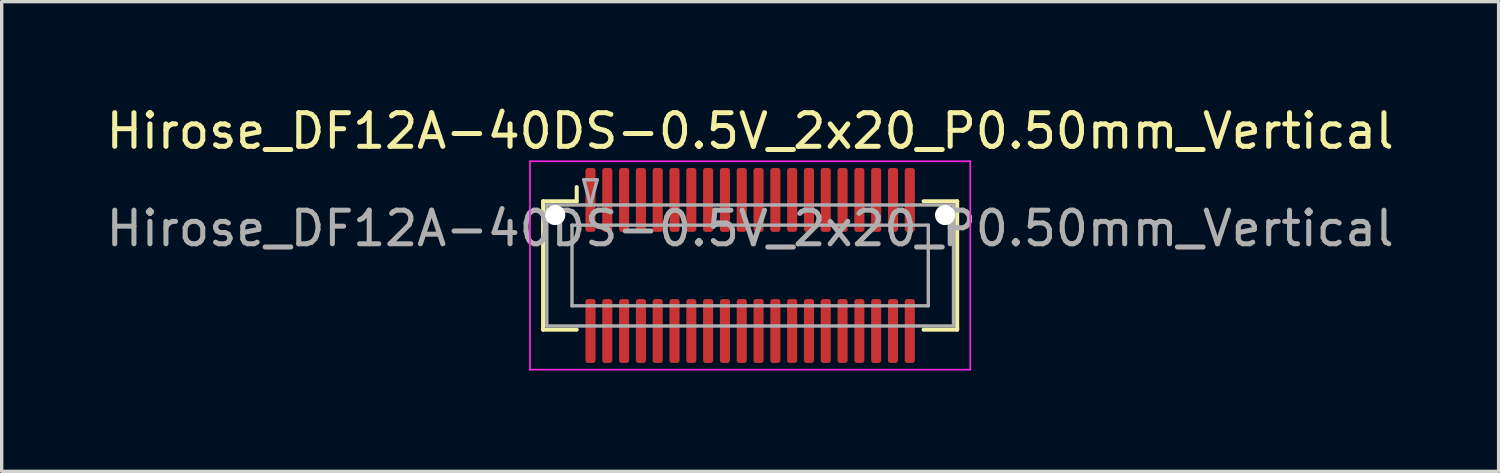
<source format=kicad_pcb>
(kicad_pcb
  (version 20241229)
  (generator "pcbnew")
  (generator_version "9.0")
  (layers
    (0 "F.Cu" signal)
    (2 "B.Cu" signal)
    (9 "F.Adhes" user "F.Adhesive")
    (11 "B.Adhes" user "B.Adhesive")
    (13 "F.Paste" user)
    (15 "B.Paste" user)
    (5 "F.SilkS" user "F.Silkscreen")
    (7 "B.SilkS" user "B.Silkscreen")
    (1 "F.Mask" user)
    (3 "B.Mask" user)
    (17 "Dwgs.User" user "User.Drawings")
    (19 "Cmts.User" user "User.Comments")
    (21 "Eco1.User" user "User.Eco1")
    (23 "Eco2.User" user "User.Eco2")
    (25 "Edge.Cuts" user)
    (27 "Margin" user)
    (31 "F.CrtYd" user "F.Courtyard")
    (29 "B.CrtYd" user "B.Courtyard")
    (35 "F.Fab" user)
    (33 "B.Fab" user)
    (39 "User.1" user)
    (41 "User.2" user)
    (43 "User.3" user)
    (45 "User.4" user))
  (footprint "Hirose_DF12A-40DS-0.5V_2x20_P0.50mm_Vertical"
    (layer "F.Cu")
    (at 19.268 4.848)
    (property "Reference" "Hirose_DF12A-40DS-0.5V_2x20_P0.50mm_Vertical" (at 0 -4 0) (layer "F.SilkS") (effects (font (size 1 1) (thickness 0.15))))
    (attr smd)
    (fp_line (start -6.16 -1.91) (end -5.16 -1.91) (stroke (width 0.12) (type solid)) (layer "F.SilkS"))
    (fp_line (start -6.16 1.91) (end -6.16 -1.91) (stroke (width 0.12) (type solid)) (layer "F.SilkS"))
    (fp_line (start -5.16 -1.91) (end -5.16 -2.333) (stroke (width 0.12) (type solid)) (layer "F.SilkS"))
    (fp_line (start -5.16 1.91) (end -6.16 1.91) (stroke (width 0.12) (type solid)) (layer "F.SilkS"))
    (fp_line (start 5.16 1.91) (end 6.16 1.91) (stroke (width 0.12) (type solid)) (layer "F.SilkS"))
    (fp_line (start 6.16 -1.91) (end 5.16 -1.91) (stroke (width 0.12) (type solid)) (layer "F.SilkS"))
    (fp_line (start 6.16 1.91) (end 6.16 -1.91) (stroke (width 0.12) (type solid)) (layer "F.SilkS"))
    (fp_line (start -6.55 -3.1) (end -6.55 3.1) (stroke (width 0.05) (type solid)) (layer "F.CrtYd"))
    (fp_line (start -6.55 3.1) (end 6.55 3.1) (stroke (width 0.05) (type solid)) (layer "F.CrtYd"))
    (fp_line (start 6.55 -3.1) (end -6.55 -3.1) (stroke (width 0.05) (type solid)) (layer "F.CrtYd"))
    (fp_line (start 6.55 3.1) (end 6.55 -3.1) (stroke (width 0.05) (type solid)) (layer "F.CrtYd"))
    (fp_line (start -6.05 -1.8) (end 6.05 -1.8) (stroke (width 0.1) (type solid)) (layer "F.Fab"))
    (fp_line (start -6.05 1.8) (end -6.05 -1.8) (stroke (width 0.1) (type solid)) (layer "F.Fab"))
    (fp_line (start -5.3 -1.2) (end 5.3 -1.2) (stroke (width 0.1) (type solid)) (layer "F.Fab"))
    (fp_line (start -5.3 1.2) (end -5.3 -1.2) (stroke (width 0.1) (type solid)) (layer "F.Fab"))
    (fp_line (start -4.95 -2.55) (end -4.75 -1.8) (stroke (width 0.1) (type solid)) (layer "F.Fab"))
    (fp_line (start -4.75 -1.8) (end -4.55 -2.55) (stroke (width 0.1) (type solid)) (layer "F.Fab"))
    (fp_line (start -4.55 -2.55) (end -4.95 -2.55) (stroke (width 0.1) (type solid)) (layer "F.Fab"))
    (fp_line (start 5.3 -1.2) (end 5.3 1.2) (stroke (width 0.1) (type solid)) (layer "F.Fab"))
    (fp_line (start 5.3 1.2) (end -5.3 1.2) (stroke (width 0.1) (type solid)) (layer "F.Fab"))
    (fp_line (start 6.05 -1.8) (end 6.05 1.8) (stroke (width 0.1) (type solid)) (layer "F.Fab"))
    (fp_line (start 6.05 1.8) (end -6.05 1.8) (stroke (width 0.1) (type solid)) (layer "F.Fab"))
    (fp_text user "${REFERENCE}" (at 0 -1.1 0) (layer "F.Fab") (effects (font (size 1 1) (thickness 0.15))))
    (pad "" np_thru_hole circle (at -5.8 -1.5) (size 0.6 0.6) (drill 0.6) (layers "*.Cu" "*.Mask"))
    (pad "" smd rect (at -4.75 -2) (size 0.28 1.2) (layers "F.Paste"))
    (pad "" smd rect (at -4.75 2) (size 0.28 1.2) (layers "F.Paste"))
    (pad "" smd rect (at -4.25 -2) (size 0.28 1.2) (layers "F.Paste"))
    (pad "" smd rect (at -4.25 2) (size 0.28 1.2) (layers "F.Paste"))
    (pad "" smd rect (at -3.75 -2) (size 0.28 1.2) (layers "F.Paste"))
    (pad "" smd rect (at -3.75 2) (size 0.28 1.2) (layers "F.Paste"))
    (pad "" smd rect (at -3.25 -2) (size 0.28 1.2) (layers "F.Paste"))
    (pad "" smd rect (at -3.25 2) (size 0.28 1.2) (layers "F.Paste"))
    (pad "" smd rect (at -2.75 -2) (size 0.28 1.2) (layers "F.Paste"))
    (pad "" smd rect (at -2.75 2) (size 0.28 1.2) (layers "F.Paste"))
    (pad "" smd rect (at -2.25 -2) (size 0.28 1.2) (layers "F.Paste"))
    (pad "" smd rect (at -2.25 2) (size 0.28 1.2) (layers "F.Paste"))
    (pad "" smd rect (at -1.75 -2) (size 0.28 1.2) (layers "F.Paste"))
    (pad "" smd rect (at -1.75 2) (size 0.28 1.2) (layers "F.Paste"))
    (pad "" smd rect (at -1.25 -2) (size 0.28 1.2) (layers "F.Paste"))
    (pad "" smd rect (at -1.25 2) (size 0.28 1.2) (layers "F.Paste"))
    (pad "" smd rect (at -0.75 -2) (size 0.28 1.2) (layers "F.Paste"))
    (pad "" smd rect (at -0.75 2) (size 0.28 1.2) (layers "F.Paste"))
    (pad "" smd rect (at -0.25 -2) (size 0.28 1.2) (layers "F.Paste"))
    (pad "" smd rect (at -0.25 2) (size 0.28 1.2) (layers "F.Paste"))
    (pad "" smd rect (at 0.25 -2) (size 0.28 1.2) (layers "F.Paste"))
    (pad "" smd rect (at 0.25 2) (size 0.28 1.2) (layers "F.Paste"))
    (pad "" smd rect (at 0.75 -2) (size 0.28 1.2) (layers "F.Paste"))
    (pad "" smd rect (at 0.75 2) (size 0.28 1.2) (layers "F.Paste"))
    (pad "" smd rect (at 1.25 -2) (size 0.28 1.2) (layers "F.Paste"))
    (pad "" smd rect (at 1.25 2) (size 0.28 1.2) (layers "F.Paste"))
    (pad "" smd rect (at 1.75 -2) (size 0.28 1.2) (layers "F.Paste"))
    (pad "" smd rect (at 1.75 2) (size 0.28 1.2) (layers "F.Paste"))
    (pad "" smd rect (at 2.25 -2) (size 0.28 1.2) (layers "F.Paste"))
    (pad "" smd rect (at 2.25 2) (size 0.28 1.2) (layers "F.Paste"))
    (pad "" smd rect (at 2.75 -2) (size 0.28 1.2) (layers "F.Paste"))
    (pad "" smd rect (at 2.75 2) (size 0.28 1.2) (layers "F.Paste"))
    (pad "" smd rect (at 3.25 -2) (size 0.28 1.2) (layers "F.Paste"))
    (pad "" smd rect (at 3.25 2) (size 0.28 1.2) (layers "F.Paste"))
    (pad "" smd rect (at 3.75 -2) (size 0.28 1.2) (layers "F.Paste"))
    (pad "" smd rect (at 3.75 2) (size 0.28 1.2) (layers "F.Paste"))
    (pad "" smd rect (at 4.25 -2) (size 0.28 1.2) (layers "F.Paste"))
    (pad "" smd rect (at 4.25 2) (size 0.28 1.2) (layers "F.Paste"))
    (pad "" smd rect (at 4.75 -2) (size 0.28 1.2) (layers "F.Paste"))
    (pad "" smd rect (at 4.75 2) (size 0.28 1.2) (layers "F.Paste"))
    (pad "" np_thru_hole circle (at 5.8 -1.5) (size 0.6 0.6) (drill 0.6) (layers "*.Cu" "*.Mask"))
    (pad "1" smd roundrect (at -4.75 1.95) (size 0.3 1.9) (layers "F.Cu" "F.Mask") (roundrect_rratio 0.25))
    (pad "2" smd roundrect (at -4.75 -1.95) (size 0.3 1.9) (layers "F.Cu" "F.Mask") (roundrect_rratio 0.25))
    (pad "3" smd roundrect (at -4.25 1.95) (size 0.3 1.9) (layers "F.Cu" "F.Mask") (roundrect_rratio 0.25))
    (pad "4" smd roundrect (at -4.25 -1.95) (size 0.3 1.9) (layers "F.Cu" "F.Mask") (roundrect_rratio 0.25))
    (pad "5" smd roundrect (at -3.75 1.95) (size 0.3 1.9) (layers "F.Cu" "F.Mask") (roundrect_rratio 0.25))
    (pad "6" smd roundrect (at -3.75 -1.95) (size 0.3 1.9) (layers "F.Cu" "F.Mask") (roundrect_rratio 0.25))
    (pad "7" smd roundrect (at -3.25 1.95) (size 0.3 1.9) (layers "F.Cu" "F.Mask") (roundrect_rratio 0.25))
    (pad "8" smd roundrect (at -3.25 -1.95) (size 0.3 1.9) (layers "F.Cu" "F.Mask") (roundrect_rratio 0.25))
    (pad "9" smd roundrect (at -2.75 1.95) (size 0.3 1.9) (layers "F.Cu" "F.Mask") (roundrect_rratio 0.25))
    (pad "10" smd roundrect (at -2.75 -1.95) (size 0.3 1.9) (layers "F.Cu" "F.Mask") (roundrect_rratio 0.25))
    (pad "11" smd roundrect (at -2.25 1.95) (size 0.3 1.9) (layers "F.Cu" "F.Mask") (roundrect_rratio 0.25))
    (pad "12" smd roundrect (at -2.25 -1.95) (size 0.3 1.9) (layers "F.Cu" "F.Mask") (roundrect_rratio 0.25))
    (pad "13" smd roundrect (at -1.75 1.95) (size 0.3 1.9) (layers "F.Cu" "F.Mask") (roundrect_rratio 0.25))
    (pad "14" smd roundrect (at -1.75 -1.95) (size 0.3 1.9) (layers "F.Cu" "F.Mask") (roundrect_rratio 0.25))
    (pad "15" smd roundrect (at -1.25 1.95) (size 0.3 1.9) (layers "F.Cu" "F.Mask") (roundrect_rratio 0.25))
    (pad "16" smd roundrect (at -1.25 -1.95) (size 0.3 1.9) (layers "F.Cu" "F.Mask") (roundrect_rratio 0.25))
    (pad "17" smd roundrect (at -0.75 1.95) (size 0.3 1.9) (layers "F.Cu" "F.Mask") (roundrect_rratio 0.25))
    (pad "18" smd roundrect (at -0.75 -1.95) (size 0.3 1.9) (layers "F.Cu" "F.Mask") (roundrect_rratio 0.25))
    (pad "19" smd roundrect (at -0.25 1.95) (size 0.3 1.9) (layers "F.Cu" "F.Mask") (roundrect_rratio 0.25))
    (pad "20" smd roundrect (at -0.25 -1.95) (size 0.3 1.9) (layers "F.Cu" "F.Mask") (roundrect_rratio 0.25))
    (pad "21" smd roundrect (at 0.25 1.95) (size 0.3 1.9) (layers "F.Cu" "F.Mask") (roundrect_rratio 0.25))
    (pad "22" smd roundrect (at 0.25 -1.95) (size 0.3 1.9) (layers "F.Cu" "F.Mask") (roundrect_rratio 0.25))
    (pad "23" smd roundrect (at 0.75 1.95) (size 0.3 1.9) (layers "F.Cu" "F.Mask") (roundrect_rratio 0.25))
    (pad "24" smd roundrect (at 0.75 -1.95) (size 0.3 1.9) (layers "F.Cu" "F.Mask") (roundrect_rratio 0.25))
    (pad "25" smd roundrect (at 1.25 1.95) (size 0.3 1.9) (layers "F.Cu" "F.Mask") (roundrect_rratio 0.25))
    (pad "26" smd roundrect (at 1.25 -1.95) (size 0.3 1.9) (layers "F.Cu" "F.Mask") (roundrect_rratio 0.25))
    (pad "27" smd roundrect (at 1.75 1.95) (size 0.3 1.9) (layers "F.Cu" "F.Mask") (roundrect_rratio 0.25))
    (pad "28" smd roundrect (at 1.75 -1.95) (size 0.3 1.9) (layers "F.Cu" "F.Mask") (roundrect_rratio 0.25))
    (pad "29" smd roundrect (at 2.25 1.95) (size 0.3 1.9) (layers "F.Cu" "F.Mask") (roundrect_rratio 0.25))
    (pad "30" smd roundrect (at 2.25 -1.95) (size 0.3 1.9) (layers "F.Cu" "F.Mask") (roundrect_rratio 0.25))
    (pad "31" smd roundrect (at 2.75 1.95) (size 0.3 1.9) (layers "F.Cu" "F.Mask") (roundrect_rratio 0.25))
    (pad "32" smd roundrect (at 2.75 -1.95) (size 0.3 1.9) (layers "F.Cu" "F.Mask") (roundrect_rratio 0.25))
    (pad "33" smd roundrect (at 3.25 1.95) (size 0.3 1.9) (layers "F.Cu" "F.Mask") (roundrect_rratio 0.25))
    (pad "34" smd roundrect (at 3.25 -1.95) (size 0.3 1.9) (layers "F.Cu" "F.Mask") (roundrect_rratio 0.25))
    (pad "35" smd roundrect (at 3.75 1.95) (size 0.3 1.9) (layers "F.Cu" "F.Mask") (roundrect_rratio 0.25))
    (pad "36" smd roundrect (at 3.75 -1.95) (size 0.3 1.9) (layers "F.Cu" "F.Mask") (roundrect_rratio 0.25))
    (pad "37" smd roundrect (at 4.25 1.95) (size 0.3 1.9) (layers "F.Cu" "F.Mask") (roundrect_rratio 0.25))
    (pad "38" smd roundrect (at 4.25 -1.95) (size 0.3 1.9) (layers "F.Cu" "F.Mask") (roundrect_rratio 0.25))
    (pad "39" smd roundrect (at 4.75 1.95) (size 0.3 1.9) (layers "F.Cu" "F.Mask") (roundrect_rratio 0.25))
    (pad "40" smd roundrect (at 4.75 -1.95) (size 0.3 1.9) (layers "F.Cu" "F.Mask") (roundrect_rratio 0.25)))
  (gr_rect
    (start -3 -3)
    (end 41.536 10.973)
    (stroke (width 0.1) (type default))
    (fill no)
    (layer "Edge.Cuts")))
</source>
